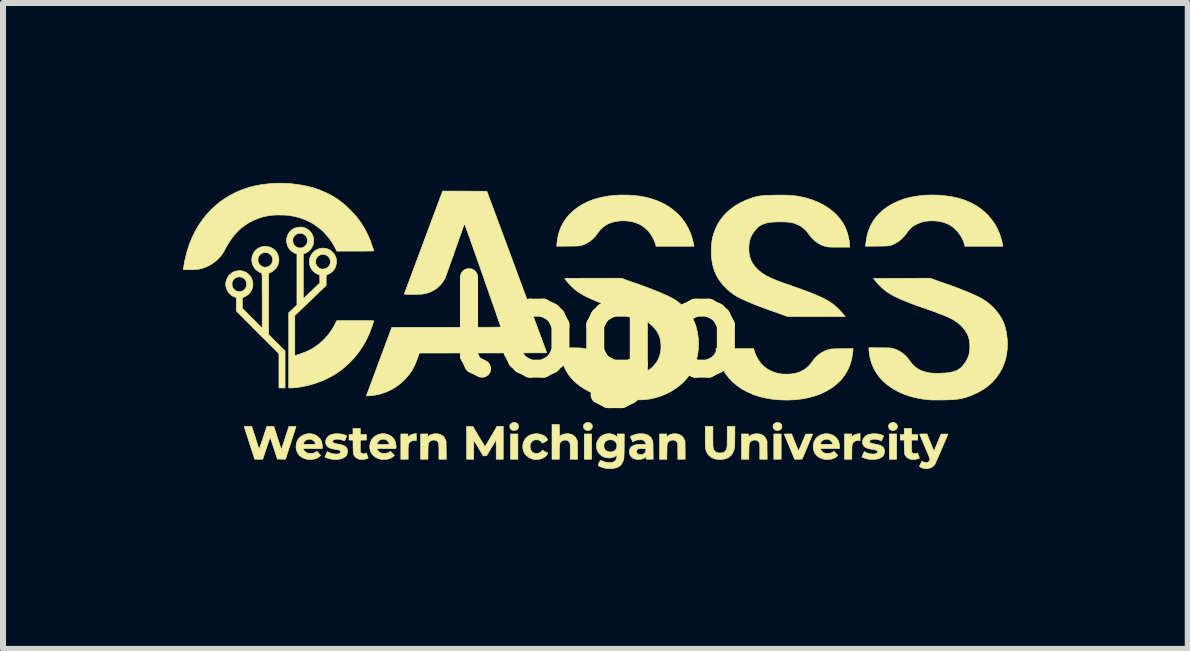
<source format=kicad_pcb>
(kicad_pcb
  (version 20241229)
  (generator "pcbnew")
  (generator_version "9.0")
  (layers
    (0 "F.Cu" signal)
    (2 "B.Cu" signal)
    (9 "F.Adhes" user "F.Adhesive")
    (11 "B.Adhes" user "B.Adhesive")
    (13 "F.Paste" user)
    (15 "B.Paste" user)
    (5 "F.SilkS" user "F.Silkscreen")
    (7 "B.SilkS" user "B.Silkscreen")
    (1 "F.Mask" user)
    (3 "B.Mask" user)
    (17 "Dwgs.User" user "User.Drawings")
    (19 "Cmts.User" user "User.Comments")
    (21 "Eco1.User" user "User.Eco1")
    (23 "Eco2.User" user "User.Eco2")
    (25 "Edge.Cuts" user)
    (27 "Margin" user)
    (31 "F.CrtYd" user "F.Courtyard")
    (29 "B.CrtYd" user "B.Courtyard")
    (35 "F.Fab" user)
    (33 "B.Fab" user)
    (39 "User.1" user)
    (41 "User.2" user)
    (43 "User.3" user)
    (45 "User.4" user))
  (footprint "logo"
    (layer "F.Cu")
    (at 6.873 2.406)
    (property "Reference" "logo" (at 0 0 0) (layer "F.SilkS") (effects (font (size 1.524 1.524) (thickness 0.3))))
    (attr through_hole)
    (fp_poly (pts (xy -1.29 2.2) (xy -1.412 2.2) (xy -1.412 1.778) (xy -1.29 1.778) (xy -1.29 2.2)) (stroke (width 0.01) (type solid)) (fill yes) (layer "F.SilkS"))
    (fp_poly (pts (xy -0.061 2.2) (xy -0.183 2.2) (xy -0.183 1.778) (xy -0.061 1.778) (xy -0.061 2.2)) (stroke (width 0.01) (type solid)) (fill yes) (layer "F.SilkS"))
    (fp_poly (pts (xy 3.099 2.2) (xy 2.977 2.2) (xy 2.977 1.778) (xy 3.099 1.778) (xy 3.099 2.2)) (stroke (width 0.01) (type solid)) (fill yes) (layer "F.SilkS"))
    (fp_poly (pts (xy 5.024 2.2) (xy 4.902 2.2) (xy 4.902 1.778) (xy 5.024 1.778) (xy 5.024 2.2)) (stroke (width 0.01) (type solid)) (fill yes) (layer "F.SilkS"))
    (fp_poly (pts (xy -1.33 1.588) (xy -1.305 1.6) (xy -1.298 1.606) (xy -1.283 1.625) (xy -1.277 1.647) (xy -1.279 1.67) (xy -1.289 1.691) (xy -1.306 1.709) (xy -1.324 1.716) (xy -1.346 1.72) (xy -1.369 1.72) (xy -1.384 1.715) (xy -1.406 1.701) (xy -1.419 1.683) (xy -1.425 1.659) (xy -1.425 1.653) (xy -1.424 1.636) (xy -1.421 1.625) (xy -1.414 1.615) (xy -1.406 1.608) (xy -1.383 1.592) (xy -1.356 1.586) (xy -1.33 1.588)) (stroke (width 0.01) (type solid)) (fill yes) (layer "F.SilkS"))
    (fp_poly (pts (xy -0.101 1.588) (xy -0.076 1.6) (xy -0.069 1.606) (xy -0.054 1.625) (xy -0.048 1.647) (xy -0.05 1.67) (xy -0.06 1.691) (xy -0.077 1.709) (xy -0.095 1.716) (xy -0.117 1.72) (xy -0.139 1.72) (xy -0.155 1.715) (xy -0.177 1.701) (xy -0.19 1.683) (xy -0.195 1.659) (xy -0.196 1.653) (xy -0.195 1.636) (xy -0.192 1.625) (xy -0.184 1.615) (xy -0.177 1.608) (xy -0.153 1.592) (xy -0.127 1.586) (xy -0.101 1.588)) (stroke (width 0.01) (type solid)) (fill yes) (layer "F.SilkS"))
    (fp_poly (pts (xy 3.059 1.588) (xy 3.084 1.6) (xy 3.091 1.606) (xy 3.106 1.625) (xy 3.112 1.647) (xy 3.11 1.67) (xy 3.1 1.691) (xy 3.083 1.709) (xy 3.065 1.716) (xy 3.043 1.72) (xy 3.02 1.72) (xy 3.005 1.715) (xy 2.983 1.701) (xy 2.97 1.683) (xy 2.964 1.659) (xy 2.964 1.653) (xy 2.965 1.636) (xy 2.968 1.625) (xy 2.975 1.615) (xy 2.983 1.608) (xy 3.007 1.592) (xy 3.033 1.586) (xy 3.059 1.588)) (stroke (width 0.01) (type solid)) (fill yes) (layer "F.SilkS"))
    (fp_poly (pts (xy 4.984 1.588) (xy 5.009 1.6) (xy 5.016 1.606) (xy 5.031 1.625) (xy 5.037 1.647) (xy 5.035 1.67) (xy 5.025 1.691) (xy 5.008 1.709) (xy 4.991 1.716) (xy 4.968 1.72) (xy 4.946 1.72) (xy 4.93 1.715) (xy 4.908 1.701) (xy 4.895 1.683) (xy 4.89 1.659) (xy 4.889 1.653) (xy 4.89 1.636) (xy 4.893 1.625) (xy 4.901 1.615) (xy 4.908 1.608) (xy 4.932 1.592) (xy 4.958 1.586) (xy 4.984 1.588)) (stroke (width 0.01) (type solid)) (fill yes) (layer "F.SilkS"))
    (fp_poly (pts (xy -2.982 1.889) (xy -3.004 1.886) (xy -3.034 1.887) (xy -3.062 1.896) (xy -3.086 1.912) (xy -3.104 1.933) (xy -3.113 1.953) (xy -3.115 1.965) (xy -3.117 1.986) (xy -3.118 2.014) (xy -3.119 2.048) (xy -3.119 2.086) (xy -3.119 2.087) (xy -3.119 2.2) (xy -3.241 2.2) (xy -3.241 1.778) (xy -3.124 1.778) (xy -3.124 1.83) (xy -3.103 1.812) (xy -3.072 1.792) (xy -3.034 1.779) (xy -3.009 1.775) (xy -2.982 1.772) (xy -2.982 1.889)) (stroke (width 0.01) (type solid)) (fill yes) (layer "F.SilkS"))
    (fp_poly (pts (xy 4.415 1.889) (xy 4.393 1.886) (xy 4.363 1.887) (xy 4.334 1.896) (xy 4.31 1.912) (xy 4.292 1.933) (xy 4.283 1.953) (xy 4.281 1.965) (xy 4.28 1.986) (xy 4.278 2.014) (xy 4.278 2.048) (xy 4.277 2.086) (xy 4.277 2.087) (xy 4.277 2.2) (xy 4.155 2.2) (xy 4.155 1.778) (xy 4.272 1.778) (xy 4.272 1.83) (xy 4.293 1.812) (xy 4.324 1.792) (xy 4.362 1.779) (xy 4.388 1.775) (xy 4.415 1.772) (xy 4.415 1.889)) (stroke (width 0.01) (type solid)) (fill yes) (layer "F.SilkS"))
    (fp_poly (pts (xy -3.917 1.788) (xy -3.815 1.788) (xy -3.815 1.88) (xy -3.917 1.88) (xy -3.917 2.079) (xy -3.902 2.093) (xy -3.884 2.105) (xy -3.861 2.109) (xy -3.838 2.104) (xy -3.831 2.101) (xy -3.816 2.093) (xy -3.802 2.132) (xy -3.795 2.151) (xy -3.789 2.166) (xy -3.786 2.174) (xy -3.785 2.175) (xy -3.789 2.18) (xy -3.799 2.186) (xy -3.808 2.19) (xy -3.829 2.197) (xy -3.857 2.201) (xy -3.886 2.203) (xy -3.914 2.202) (xy -3.933 2.2) (xy -3.969 2.186) (xy -3.998 2.165) (xy -4.02 2.137) (xy -4.027 2.124) (xy -4.03 2.116) (xy -4.032 2.105) (xy -4.034 2.089) (xy -4.035 2.068) (xy -4.036 2.04) (xy -4.037 2.004) (xy -4.037 1.993) (xy -4.039 1.88) (xy -4.105 1.88) (xy -4.105 1.788) (xy -4.039 1.788) (xy -4.039 1.687) (xy -3.917 1.687) (xy -3.917 1.788)) (stroke (width 0.01) (type solid)) (fill yes) (layer "F.SilkS"))
    (fp_poly (pts (xy 5.273 1.788) (xy 5.375 1.788) (xy 5.375 1.88) (xy 5.273 1.88) (xy 5.273 2.079) (xy 5.288 2.093) (xy 5.306 2.105) (xy 5.328 2.109) (xy 5.352 2.104) (xy 5.359 2.101) (xy 5.373 2.093) (xy 5.388 2.132) (xy 5.395 2.151) (xy 5.401 2.166) (xy 5.404 2.174) (xy 5.404 2.175) (xy 5.401 2.18) (xy 5.391 2.186) (xy 5.382 2.19) (xy 5.361 2.197) (xy 5.333 2.201) (xy 5.304 2.203) (xy 5.276 2.202) (xy 5.256 2.2) (xy 5.22 2.186) (xy 5.191 2.165) (xy 5.169 2.137) (xy 5.163 2.124) (xy 5.16 2.116) (xy 5.157 2.105) (xy 5.156 2.089) (xy 5.154 2.068) (xy 5.153 2.04) (xy 5.152 2.004) (xy 5.152 1.993) (xy 5.15 1.88) (xy 5.085 1.88) (xy 5.085 1.788) (xy 5.151 1.788) (xy 5.151 1.687) (xy 5.273 1.687) (xy 5.273 1.788)) (stroke (width 0.01) (type solid)) (fill yes) (layer "F.SilkS"))
    (fp_poly (pts (xy -2.619 1.777) (xy -2.581 1.788) (xy -2.556 1.801) (xy -2.536 1.815) (xy -2.52 1.832) (xy -2.507 1.855) (xy -2.501 1.867) (xy -2.487 1.897) (xy -2.485 2.049) (xy -2.483 2.2) (xy -2.606 2.2) (xy -2.606 2.071) (xy -2.606 2.031) (xy -2.607 2) (xy -2.607 1.976) (xy -2.608 1.958) (xy -2.609 1.945) (xy -2.611 1.935) (xy -2.614 1.927) (xy -2.616 1.922) (xy -2.63 1.902) (xy -2.65 1.888) (xy -2.674 1.881) (xy -2.699 1.88) (xy -2.725 1.885) (xy -2.748 1.897) (xy -2.767 1.914) (xy -2.777 1.929) (xy -2.78 1.936) (xy -2.782 1.944) (xy -2.784 1.955) (xy -2.785 1.97) (xy -2.786 1.991) (xy -2.787 2.018) (xy -2.788 2.053) (xy -2.788 2.074) (xy -2.789 2.2) (xy -2.911 2.2) (xy -2.911 1.778) (xy -2.794 1.778) (xy -2.794 1.825) (xy -2.772 1.809) (xy -2.739 1.79) (xy -2.7 1.778) (xy -2.66 1.774) (xy -2.619 1.777)) (stroke (width 0.01) (type solid)) (fill yes) (layer "F.SilkS"))
    (fp_poly (pts (xy -2.092 1.652) (xy -2.04 1.654) (xy -1.941 1.82) (xy -1.918 1.857) (xy -1.898 1.891) (xy -1.879 1.922) (xy -1.864 1.948) (xy -1.851 1.968) (xy -1.843 1.982) (xy -1.839 1.988) (xy -1.839 1.988) (xy -1.836 1.984) (xy -1.828 1.973) (xy -1.817 1.954) (xy -1.802 1.93) (xy -1.784 1.9) (xy -1.764 1.867) (xy -1.742 1.83) (xy -1.737 1.821) (xy -1.638 1.651) (xy -1.534 1.651) (xy -1.534 2.2) (xy -1.651 2.2) (xy -1.651 2.039) (xy -1.651 1.99) (xy -1.652 1.951) (xy -1.652 1.919) (xy -1.653 1.898) (xy -1.655 1.885) (xy -1.656 1.882) (xy -1.66 1.888) (xy -1.668 1.901) (xy -1.68 1.921) (xy -1.695 1.945) (xy -1.712 1.975) (xy -1.731 2.007) (xy -1.736 2.014) (xy -1.811 2.141) (xy -1.839 2.143) (xy -1.867 2.144) (xy -2.024 1.883) (xy -2.026 2.041) (xy -2.027 2.2) (xy -2.144 2.2) (xy -2.144 1.651) (xy -2.092 1.652)) (stroke (width 0.01) (type solid)) (fill yes) (layer "F.SilkS"))
    (fp_poly (pts (xy 1.363 1.777) (xy 1.401 1.788) (xy 1.427 1.801) (xy 1.447 1.815) (xy 1.462 1.832) (xy 1.476 1.855) (xy 1.482 1.867) (xy 1.496 1.897) (xy 1.498 2.049) (xy 1.499 2.2) (xy 1.377 2.2) (xy 1.377 2.071) (xy 1.376 2.031) (xy 1.376 2) (xy 1.376 1.976) (xy 1.375 1.958) (xy 1.373 1.945) (xy 1.371 1.935) (xy 1.369 1.927) (xy 1.367 1.922) (xy 1.353 1.902) (xy 1.333 1.888) (xy 1.309 1.881) (xy 1.283 1.88) (xy 1.258 1.885) (xy 1.235 1.897) (xy 1.215 1.914) (xy 1.206 1.929) (xy 1.203 1.936) (xy 1.201 1.944) (xy 1.199 1.955) (xy 1.197 1.97) (xy 1.196 1.991) (xy 1.196 2.018) (xy 1.195 2.053) (xy 1.195 2.074) (xy 1.193 2.2) (xy 1.072 2.2) (xy 1.072 1.778) (xy 1.189 1.778) (xy 1.189 1.825) (xy 1.21 1.809) (xy 1.244 1.79) (xy 1.282 1.778) (xy 1.323 1.774) (xy 1.363 1.777)) (stroke (width 0.01) (type solid)) (fill yes) (layer "F.SilkS"))
    (fp_poly (pts (xy 2.73 1.777) (xy 2.768 1.788) (xy 2.794 1.801) (xy 2.813 1.815) (xy 2.829 1.832) (xy 2.842 1.855) (xy 2.848 1.867) (xy 2.863 1.897) (xy 2.864 2.049) (xy 2.866 2.2) (xy 2.743 2.2) (xy 2.743 2.071) (xy 2.743 2.031) (xy 2.743 2) (xy 2.742 1.976) (xy 2.741 1.958) (xy 2.74 1.945) (xy 2.738 1.935) (xy 2.735 1.927) (xy 2.733 1.922) (xy 2.719 1.902) (xy 2.699 1.888) (xy 2.676 1.881) (xy 2.65 1.88) (xy 2.625 1.885) (xy 2.601 1.897) (xy 2.582 1.914) (xy 2.573 1.929) (xy 2.569 1.936) (xy 2.567 1.944) (xy 2.565 1.955) (xy 2.564 1.97) (xy 2.563 1.991) (xy 2.562 2.018) (xy 2.562 2.053) (xy 2.561 2.074) (xy 2.56 2.2) (xy 2.438 2.2) (xy 2.438 1.778) (xy 2.555 1.778) (xy 2.555 1.825) (xy 2.577 1.809) (xy 2.611 1.79) (xy 2.649 1.778) (xy 2.689 1.774) (xy 2.73 1.777)) (stroke (width 0.01) (type solid)) (fill yes) (layer "F.SilkS"))
    (fp_poly (pts (xy -0.598 1.72) (xy -0.597 1.82) (xy -0.583 1.808) (xy -0.556 1.793) (xy -0.522 1.781) (xy -0.486 1.775) (xy -0.449 1.774) (xy -0.416 1.78) (xy -0.414 1.78) (xy -0.379 1.793) (xy -0.352 1.811) (xy -0.33 1.834) (xy -0.312 1.865) (xy -0.311 1.867) (xy -0.297 1.897) (xy -0.296 2.049) (xy -0.294 2.2) (xy -0.417 2.2) (xy -0.417 2.071) (xy -0.417 2.031) (xy -0.417 2) (xy -0.418 1.976) (xy -0.419 1.958) (xy -0.42 1.945) (xy -0.422 1.935) (xy -0.424 1.927) (xy -0.426 1.922) (xy -0.441 1.902) (xy -0.46 1.888) (xy -0.484 1.881) (xy -0.51 1.88) (xy -0.535 1.885) (xy -0.559 1.897) (xy -0.578 1.914) (xy -0.587 1.929) (xy -0.59 1.936) (xy -0.593 1.944) (xy -0.594 1.955) (xy -0.596 1.97) (xy -0.597 1.991) (xy -0.598 2.018) (xy -0.598 2.053) (xy -0.598 2.074) (xy -0.6 2.2) (xy -0.721 2.2) (xy -0.721 1.621) (xy -0.6 1.621) (xy -0.598 1.72)) (stroke (width 0.01) (type solid)) (fill yes) (layer "F.SilkS"))
    (fp_poly (pts (xy 3.274 1.778) (xy 3.33 1.918) (xy 3.344 1.953) (xy 3.357 1.986) (xy 3.368 2.014) (xy 3.378 2.036) (xy 3.384 2.052) (xy 3.388 2.059) (xy 3.388 2.06) (xy 3.391 2.056) (xy 3.397 2.043) (xy 3.405 2.024) (xy 3.417 1.998) (xy 3.43 1.968) (xy 3.444 1.934) (xy 3.449 1.921) (xy 3.508 1.781) (xy 3.565 1.779) (xy 3.588 1.779) (xy 3.606 1.779) (xy 3.618 1.78) (xy 3.622 1.782) (xy 3.62 1.787) (xy 3.615 1.801) (xy 3.606 1.822) (xy 3.595 1.85) (xy 3.581 1.883) (xy 3.566 1.92) (xy 3.548 1.962) (xy 3.536 1.991) (xy 3.45 2.197) (xy 3.387 2.199) (xy 3.324 2.2) (xy 3.238 1.993) (xy 3.22 1.95) (xy 3.203 1.91) (xy 3.188 1.873) (xy 3.175 1.842) (xy 3.164 1.816) (xy 3.156 1.797) (xy 3.152 1.785) (xy 3.15 1.782) (xy 3.155 1.781) (xy 3.167 1.779) (xy 3.186 1.778) (xy 3.209 1.778) (xy 3.211 1.778) (xy 3.274 1.778)) (stroke (width 0.01) (type solid)) (fill yes) (layer "F.SilkS"))
    (fp_poly (pts (xy 1.961 1.828) (xy 1.961 1.878) (xy 1.962 1.919) (xy 1.962 1.952) (xy 1.963 1.978) (xy 1.965 1.999) (xy 1.967 2.015) (xy 1.97 2.028) (xy 1.974 2.038) (xy 1.979 2.047) (xy 1.986 2.056) (xy 1.988 2.059) (xy 2.005 2.077) (xy 2.026 2.088) (xy 2.053 2.094) (xy 2.08 2.095) (xy 2.116 2.092) (xy 2.143 2.084) (xy 2.165 2.069) (xy 2.174 2.057) (xy 2.181 2.047) (xy 2.186 2.038) (xy 2.19 2.026) (xy 2.193 2.012) (xy 2.196 1.995) (xy 2.198 1.973) (xy 2.199 1.945) (xy 2.199 1.91) (xy 2.2 1.866) (xy 2.2 1.823) (xy 2.2 1.651) (xy 2.327 1.651) (xy 2.327 1.812) (xy 2.326 1.854) (xy 2.326 1.893) (xy 2.325 1.929) (xy 2.324 1.96) (xy 2.323 1.985) (xy 2.322 2.002) (xy 2.321 2.006) (xy 2.309 2.056) (xy 2.291 2.098) (xy 2.266 2.133) (xy 2.234 2.161) (xy 2.194 2.183) (xy 2.176 2.19) (xy 2.15 2.197) (xy 2.117 2.201) (xy 2.081 2.203) (xy 2.046 2.202) (xy 2.016 2.199) (xy 2.009 2.198) (xy 1.969 2.185) (xy 1.935 2.168) (xy 1.904 2.143) (xy 1.897 2.136) (xy 1.873 2.109) (xy 1.856 2.079) (xy 1.844 2.043) (xy 1.839 2.02) (xy 1.837 2.009) (xy 1.836 1.989) (xy 1.836 1.962) (xy 1.835 1.929) (xy 1.834 1.891) (xy 1.834 1.851) (xy 1.834 1.823) (xy 1.834 1.651) (xy 1.961 1.651) (xy 1.961 1.828)) (stroke (width 0.01) (type solid)) (fill yes) (layer "F.SilkS"))
    (fp_poly (pts (xy -0.943 1.776) (xy -0.9 1.786) (xy -0.86 1.803) (xy -0.844 1.814) (xy -0.83 1.826) (xy -0.815 1.841) (xy -0.803 1.856) (xy -0.795 1.87) (xy -0.792 1.877) (xy -0.797 1.882) (xy -0.808 1.891) (xy -0.825 1.901) (xy -0.837 1.908) (xy -0.881 1.932) (xy -0.896 1.913) (xy -0.91 1.899) (xy -0.926 1.887) (xy -0.93 1.884) (xy -0.952 1.877) (xy -0.979 1.875) (xy -1.005 1.877) (xy -1.023 1.881) (xy -1.048 1.897) (xy -1.067 1.919) (xy -1.08 1.946) (xy -1.086 1.975) (xy -1.086 2.006) (xy -1.079 2.035) (xy -1.064 2.062) (xy -1.043 2.084) (xy -1.038 2.088) (xy -1.023 2.096) (xy -1.004 2.1) (xy -0.985 2.102) (xy -0.955 2.101) (xy -0.93 2.094) (xy -0.909 2.079) (xy -0.898 2.067) (xy -0.882 2.048) (xy -0.838 2.072) (xy -0.82 2.082) (xy -0.805 2.09) (xy -0.795 2.095) (xy -0.793 2.096) (xy -0.793 2.102) (xy -0.798 2.113) (xy -0.807 2.127) (xy -0.819 2.141) (xy -0.825 2.148) (xy -0.857 2.172) (xy -0.896 2.19) (xy -0.938 2.201) (xy -0.984 2.205) (xy -1.029 2.2) (xy -1.04 2.198) (xy -1.08 2.184) (xy -1.118 2.163) (xy -1.15 2.137) (xy -1.175 2.107) (xy -1.184 2.092) (xy -1.201 2.049) (xy -1.208 2.005) (xy -1.207 1.96) (xy -1.197 1.918) (xy -1.179 1.878) (xy -1.152 1.843) (xy -1.149 1.839) (xy -1.115 1.812) (xy -1.076 1.792) (xy -1.033 1.78) (xy -0.988 1.774) (xy -0.943 1.776)) (stroke (width 0.01) (type solid)) (fill yes) (layer "F.SilkS"))
    (fp_poly (pts (xy 5.734 -2.202) (xy 5.84 -2.192) (xy 5.944 -2.177) (xy 6.042 -2.155) (xy 6.135 -2.128) (xy 6.183 -2.11) (xy 6.271 -2.071) (xy 6.352 -2.026) (xy 6.428 -1.975) (xy 6.498 -1.915) (xy 6.546 -1.869) (xy 6.608 -1.796) (xy 6.663 -1.718) (xy 6.708 -1.634) (xy 6.746 -1.545) (xy 6.775 -1.45) (xy 6.789 -1.386) (xy 6.796 -1.351) (xy 6.164 -1.351) (xy 6.155 -1.383) (xy 6.133 -1.445) (xy 6.103 -1.506) (xy 6.064 -1.565) (xy 6.02 -1.617) (xy 5.971 -1.663) (xy 5.919 -1.7) (xy 5.861 -1.729) (xy 5.799 -1.751) (xy 5.73 -1.766) (xy 5.673 -1.773) (xy 5.593 -1.775) (xy 5.517 -1.769) (xy 5.446 -1.754) (xy 5.38 -1.73) (xy 5.319 -1.698) (xy 5.309 -1.691) (xy 5.274 -1.666) (xy 5.245 -1.639) (xy 5.218 -1.608) (xy 5.19 -1.57) (xy 5.149 -1.516) (xy 5.103 -1.469) (xy 5.052 -1.429) (xy 4.998 -1.397) (xy 4.993 -1.395) (xy 4.972 -1.385) (xy 4.954 -1.377) (xy 4.937 -1.37) (xy 4.921 -1.365) (xy 4.903 -1.361) (xy 4.882 -1.358) (xy 4.858 -1.356) (xy 4.828 -1.355) (xy 4.793 -1.354) (xy 4.75 -1.353) (xy 4.697 -1.353) (xy 4.695 -1.353) (xy 4.506 -1.351) (xy 4.509 -1.385) (xy 4.519 -1.463) (xy 4.534 -1.539) (xy 4.555 -1.611) (xy 4.581 -1.677) (xy 4.593 -1.702) (xy 4.635 -1.776) (xy 4.686 -1.845) (xy 4.746 -1.908) (xy 4.813 -1.967) (xy 4.887 -2.019) (xy 4.969 -2.066) (xy 5.057 -2.106) (xy 5.15 -2.14) (xy 5.21 -2.157) (xy 5.308 -2.178) (xy 5.412 -2.194) (xy 5.518 -2.203) (xy 5.626 -2.205) (xy 5.734 -2.202)) (stroke (width 0.01) (type solid)) (fill yes) (layer "F.SilkS"))
    (fp_poly (pts (xy 0.545 -2.204) (xy 0.659 -2.196) (xy 0.739 -2.187) (xy 0.849 -2.166) (xy 0.953 -2.138) (xy 1.051 -2.102) (xy 1.142 -2.059) (xy 1.228 -2.01) (xy 1.306 -1.953) (xy 1.377 -1.89) (xy 1.441 -1.82) (xy 1.497 -1.744) (xy 1.545 -1.662) (xy 1.585 -1.575) (xy 1.596 -1.546) (xy 1.607 -1.511) (xy 1.619 -1.472) (xy 1.629 -1.432) (xy 1.638 -1.396) (xy 1.643 -1.37) (xy 1.646 -1.351) (xy 1.013 -1.351) (xy 1.004 -1.387) (xy 0.998 -1.406) (xy 0.989 -1.43) (xy 0.977 -1.457) (xy 0.965 -1.482) (xy 0.927 -1.548) (xy 0.884 -1.605) (xy 0.834 -1.653) (xy 0.779 -1.694) (xy 0.718 -1.726) (xy 0.683 -1.74) (xy 0.618 -1.759) (xy 0.549 -1.771) (xy 0.478 -1.775) (xy 0.407 -1.773) (xy 0.338 -1.764) (xy 0.274 -1.747) (xy 0.234 -1.733) (xy 0.179 -1.705) (xy 0.129 -1.669) (xy 0.086 -1.628) (xy 0.05 -1.584) (xy 0.006 -1.524) (xy -0.042 -1.473) (xy -0.093 -1.431) (xy -0.149 -1.398) (xy -0.209 -1.372) (xy -0.229 -1.366) (xy -0.239 -1.363) (xy -0.249 -1.36) (xy -0.26 -1.359) (xy -0.273 -1.357) (xy -0.29 -1.356) (xy -0.311 -1.355) (xy -0.337 -1.354) (xy -0.371 -1.354) (xy -0.412 -1.353) (xy -0.454 -1.353) (xy -0.642 -1.351) (xy -0.639 -1.398) (xy -0.632 -1.458) (xy -0.62 -1.522) (xy -0.603 -1.585) (xy -0.599 -1.598) (xy -0.569 -1.677) (xy -0.529 -1.751) (xy -0.481 -1.822) (xy -0.424 -1.887) (xy -0.36 -1.947) (xy -0.289 -2.002) (xy -0.211 -2.051) (xy -0.126 -2.093) (xy -0.035 -2.129) (xy 0.061 -2.157) (xy 0.098 -2.166) (xy 0.204 -2.186) (xy 0.315 -2.199) (xy 0.43 -2.205) (xy 0.545 -2.204)) (stroke (width 0.01) (type solid)) (fill yes) (layer "F.SilkS"))
    (fp_poly (pts (xy -4.719 1.778) (xy -4.679 1.79) (xy -4.642 1.809) (xy -4.61 1.834) (xy -4.583 1.866) (xy -4.569 1.891) (xy -4.561 1.915) (xy -4.554 1.943) (xy -4.55 1.971) (xy -4.549 1.996) (xy -4.55 2.004) (xy -4.553 2.022) (xy -4.867 2.022) (xy -4.864 2.033) (xy -4.855 2.051) (xy -4.84 2.07) (xy -4.821 2.085) (xy -4.813 2.09) (xy -4.801 2.095) (xy -4.787 2.099) (xy -4.769 2.1) (xy -4.744 2.101) (xy -4.721 2.1) (xy -4.705 2.099) (xy -4.693 2.097) (xy -4.682 2.092) (xy -4.669 2.084) (xy -4.668 2.084) (xy -4.641 2.067) (xy -4.609 2.101) (xy -4.577 2.136) (xy -4.596 2.153) (xy -4.623 2.173) (xy -4.652 2.187) (xy -4.685 2.197) (xy -4.716 2.202) (xy -4.751 2.204) (xy -4.786 2.203) (xy -4.808 2.2) (xy -4.844 2.189) (xy -4.88 2.174) (xy -4.903 2.16) (xy -4.935 2.132) (xy -4.959 2.099) (xy -4.976 2.062) (xy -4.986 2.021) (xy -4.988 1.98) (xy -4.983 1.942) (xy -4.866 1.942) (xy -4.862 1.946) (xy -4.852 1.949) (xy -4.835 1.95) (xy -4.811 1.951) (xy -4.777 1.951) (xy -4.765 1.951) (xy -4.726 1.95) (xy -4.696 1.95) (xy -4.676 1.948) (xy -4.665 1.947) (xy -4.663 1.945) (xy -4.668 1.928) (xy -4.679 1.909) (xy -4.696 1.891) (xy -4.716 1.877) (xy -4.732 1.869) (xy -4.761 1.865) (xy -4.79 1.868) (xy -4.817 1.878) (xy -4.84 1.894) (xy -4.856 1.915) (xy -4.862 1.927) (xy -4.866 1.936) (xy -4.866 1.942) (xy -4.983 1.942) (xy -4.983 1.938) (xy -4.97 1.899) (xy -4.949 1.862) (xy -4.921 1.831) (xy -4.885 1.805) (xy -4.846 1.787) (xy -4.804 1.776) (xy -4.761 1.773) (xy -4.719 1.778)) (stroke (width 0.01) (type solid)) (fill yes) (layer "F.SilkS"))
    (fp_poly (pts (xy -3.49 1.778) (xy -3.45 1.79) (xy -3.413 1.809) (xy -3.38 1.834) (xy -3.354 1.866) (xy -3.34 1.891) (xy -3.331 1.915) (xy -3.325 1.943) (xy -3.321 1.971) (xy -3.32 1.996) (xy -3.321 2.004) (xy -3.324 2.022) (xy -3.638 2.022) (xy -3.635 2.033) (xy -3.626 2.051) (xy -3.61 2.07) (xy -3.592 2.085) (xy -3.584 2.09) (xy -3.571 2.095) (xy -3.558 2.099) (xy -3.539 2.1) (xy -3.515 2.101) (xy -3.492 2.1) (xy -3.476 2.099) (xy -3.464 2.097) (xy -3.453 2.092) (xy -3.439 2.084) (xy -3.439 2.084) (xy -3.412 2.067) (xy -3.38 2.101) (xy -3.348 2.136) (xy -3.367 2.153) (xy -3.393 2.173) (xy -3.423 2.187) (xy -3.456 2.197) (xy -3.486 2.202) (xy -3.522 2.204) (xy -3.556 2.203) (xy -3.579 2.2) (xy -3.615 2.189) (xy -3.65 2.174) (xy -3.674 2.16) (xy -3.706 2.132) (xy -3.73 2.099) (xy -3.747 2.062) (xy -3.757 2.021) (xy -3.759 1.98) (xy -3.754 1.942) (xy -3.637 1.942) (xy -3.632 1.946) (xy -3.622 1.949) (xy -3.606 1.95) (xy -3.581 1.951) (xy -3.548 1.951) (xy -3.536 1.951) (xy -3.497 1.95) (xy -3.467 1.95) (xy -3.446 1.948) (xy -3.436 1.947) (xy -3.434 1.945) (xy -3.438 1.928) (xy -3.45 1.909) (xy -3.467 1.891) (xy -3.487 1.877) (xy -3.503 1.869) (xy -3.532 1.865) (xy -3.561 1.868) (xy -3.588 1.878) (xy -3.611 1.894) (xy -3.627 1.915) (xy -3.633 1.927) (xy -3.637 1.936) (xy -3.637 1.942) (xy -3.754 1.942) (xy -3.753 1.938) (xy -3.74 1.899) (xy -3.72 1.862) (xy -3.692 1.831) (xy -3.656 1.805) (xy -3.616 1.787) (xy -3.574 1.776) (xy -3.532 1.773) (xy -3.49 1.778)) (stroke (width 0.01) (type solid)) (fill yes) (layer "F.SilkS"))
    (fp_poly (pts (xy 3.901 1.778) (xy 3.942 1.79) (xy 3.979 1.809) (xy 4.011 1.834) (xy 4.038 1.866) (xy 4.052 1.891) (xy 4.06 1.915) (xy 4.067 1.943) (xy 4.071 1.971) (xy 4.071 1.996) (xy 4.071 2.004) (xy 4.068 2.022) (xy 3.753 2.022) (xy 3.757 2.033) (xy 3.766 2.051) (xy 3.781 2.07) (xy 3.799 2.085) (xy 3.808 2.09) (xy 3.82 2.095) (xy 3.834 2.099) (xy 3.852 2.1) (xy 3.876 2.101) (xy 3.9 2.1) (xy 3.916 2.099) (xy 3.928 2.097) (xy 3.939 2.092) (xy 3.952 2.084) (xy 3.953 2.084) (xy 3.98 2.067) (xy 4.012 2.101) (xy 4.043 2.136) (xy 4.025 2.153) (xy 3.998 2.173) (xy 3.968 2.187) (xy 3.936 2.197) (xy 3.905 2.202) (xy 3.87 2.204) (xy 3.835 2.203) (xy 3.813 2.2) (xy 3.777 2.189) (xy 3.741 2.174) (xy 3.717 2.16) (xy 3.686 2.132) (xy 3.661 2.099) (xy 3.644 2.062) (xy 3.635 2.021) (xy 3.633 1.98) (xy 3.638 1.942) (xy 3.755 1.942) (xy 3.759 1.946) (xy 3.769 1.949) (xy 3.786 1.95) (xy 3.81 1.951) (xy 3.843 1.951) (xy 3.856 1.951) (xy 3.895 1.95) (xy 3.925 1.95) (xy 3.945 1.948) (xy 3.956 1.947) (xy 3.957 1.945) (xy 3.953 1.928) (xy 3.941 1.909) (xy 3.925 1.891) (xy 3.905 1.877) (xy 3.888 1.869) (xy 3.86 1.865) (xy 3.831 1.868) (xy 3.803 1.878) (xy 3.78 1.894) (xy 3.764 1.915) (xy 3.758 1.927) (xy 3.755 1.936) (xy 3.755 1.942) (xy 3.638 1.942) (xy 3.638 1.938) (xy 3.651 1.899) (xy 3.672 1.862) (xy 3.7 1.831) (xy 3.736 1.805) (xy 3.775 1.787) (xy 3.817 1.776) (xy 3.859 1.773) (xy 3.901 1.778)) (stroke (width 0.01) (type solid)) (fill yes) (layer "F.SilkS"))
    (fp_poly (pts (xy 4.295 0.392) (xy 4.283 0.486) (xy 4.263 0.573) (xy 4.236 0.654) (xy 4.2 0.73) (xy 4.157 0.8) (xy 4.105 0.866) (xy 4.068 0.906) (xy 3.999 0.967) (xy 3.922 1.023) (xy 3.839 1.071) (xy 3.749 1.113) (xy 3.652 1.147) (xy 3.55 1.174) (xy 3.442 1.195) (xy 3.33 1.207) (xy 3.212 1.213) (xy 3.09 1.21) (xy 3.06 1.209) (xy 2.943 1.197) (xy 2.832 1.178) (xy 2.726 1.152) (xy 2.627 1.118) (xy 2.534 1.077) (xy 2.447 1.03) (xy 2.368 0.976) (xy 2.295 0.915) (xy 2.23 0.847) (xy 2.172 0.773) (xy 2.122 0.694) (xy 2.08 0.608) (xy 2.052 0.534) (xy 2.041 0.5) (xy 2.031 0.465) (xy 2.023 0.433) (xy 2.017 0.404) (xy 2.013 0.381) (xy 2.012 0.37) (xy 2.012 0.356) (xy 2.64 0.356) (xy 2.652 0.397) (xy 2.659 0.419) (xy 2.67 0.447) (xy 2.682 0.475) (xy 2.691 0.493) (xy 2.728 0.557) (xy 2.772 0.613) (xy 2.822 0.661) (xy 2.878 0.702) (xy 2.941 0.734) (xy 3.01 0.759) (xy 3.085 0.775) (xy 3.101 0.778) (xy 3.135 0.78) (xy 3.175 0.781) (xy 3.218 0.781) (xy 3.26 0.778) (xy 3.298 0.774) (xy 3.325 0.77) (xy 3.392 0.751) (xy 3.454 0.723) (xy 3.509 0.688) (xy 3.559 0.644) (xy 3.603 0.591) (xy 3.613 0.577) (xy 3.659 0.518) (xy 3.709 0.468) (xy 3.765 0.427) (xy 3.825 0.395) (xy 3.89 0.371) (xy 3.894 0.37) (xy 3.905 0.367) (xy 3.917 0.365) (xy 3.929 0.363) (xy 3.944 0.361) (xy 3.963 0.36) (xy 3.986 0.359) (xy 4.016 0.358) (xy 4.052 0.358) (xy 4.097 0.357) (xy 4.116 0.357) (xy 4.298 0.355) (xy 4.295 0.392)) (stroke (width 0.01) (type solid)) (fill yes) (layer "F.SilkS"))
    (fp_poly (pts (xy -4.235 1.779) (xy -4.191 1.789) (xy -4.166 1.799) (xy -4.142 1.811) (xy -4.161 1.853) (xy -4.181 1.894) (xy -4.203 1.885) (xy -4.234 1.874) (xy -4.265 1.867) (xy -4.295 1.865) (xy -4.323 1.866) (xy -4.346 1.871) (xy -4.364 1.879) (xy -4.375 1.891) (xy -4.378 1.906) (xy -4.377 1.911) (xy -4.374 1.918) (xy -4.369 1.924) (xy -4.36 1.929) (xy -4.345 1.934) (xy -4.323 1.939) (xy -4.294 1.946) (xy -4.281 1.948) (xy -4.246 1.955) (xy -4.22 1.962) (xy -4.199 1.968) (xy -4.183 1.976) (xy -4.169 1.984) (xy -4.165 1.987) (xy -4.147 2.005) (xy -4.135 2.03) (xy -4.13 2.058) (xy -4.131 2.088) (xy -4.138 2.117) (xy -4.152 2.142) (xy -4.16 2.151) (xy -4.184 2.169) (xy -4.215 2.185) (xy -4.253 2.196) (xy -4.295 2.203) (xy -4.339 2.204) (xy -4.381 2.201) (xy -4.399 2.198) (xy -4.42 2.193) (xy -4.442 2.186) (xy -4.464 2.18) (xy -4.484 2.173) (xy -4.498 2.167) (xy -4.505 2.163) (xy -4.506 2.162) (xy -4.504 2.157) (xy -4.499 2.145) (xy -4.491 2.128) (xy -4.486 2.116) (xy -4.465 2.072) (xy -4.44 2.085) (xy -4.41 2.098) (xy -4.376 2.107) (xy -4.342 2.112) (xy -4.31 2.113) (xy -4.282 2.11) (xy -4.27 2.106) (xy -4.254 2.096) (xy -4.245 2.082) (xy -4.245 2.068) (xy -4.246 2.064) (xy -4.252 2.057) (xy -4.261 2.051) (xy -4.275 2.046) (xy -4.297 2.041) (xy -4.327 2.036) (xy -4.333 2.035) (xy -4.371 2.028) (xy -4.4 2.021) (xy -4.423 2.013) (xy -4.442 2.004) (xy -4.454 1.997) (xy -4.476 1.975) (xy -4.489 1.95) (xy -4.495 1.922) (xy -4.494 1.892) (xy -4.485 1.864) (xy -4.469 1.837) (xy -4.447 1.814) (xy -4.419 1.796) (xy -4.414 1.794) (xy -4.374 1.781) (xy -4.329 1.775) (xy -4.282 1.774) (xy -4.235 1.779)) (stroke (width 0.01) (type solid)) (fill yes) (layer "F.SilkS"))
    (fp_poly (pts (xy 4.716 1.779) (xy 4.76 1.789) (xy 4.785 1.799) (xy 4.809 1.811) (xy 4.79 1.853) (xy 4.77 1.894) (xy 4.748 1.885) (xy 4.717 1.874) (xy 4.686 1.867) (xy 4.656 1.865) (xy 4.628 1.866) (xy 4.605 1.871) (xy 4.587 1.879) (xy 4.576 1.891) (xy 4.573 1.906) (xy 4.574 1.911) (xy 4.577 1.918) (xy 4.582 1.924) (xy 4.591 1.929) (xy 4.606 1.934) (xy 4.628 1.939) (xy 4.657 1.946) (xy 4.67 1.948) (xy 4.705 1.955) (xy 4.731 1.962) (xy 4.751 1.968) (xy 4.768 1.976) (xy 4.782 1.984) (xy 4.786 1.987) (xy 4.804 2.005) (xy 4.816 2.03) (xy 4.821 2.058) (xy 4.82 2.088) (xy 4.813 2.117) (xy 4.799 2.142) (xy 4.791 2.151) (xy 4.767 2.169) (xy 4.736 2.185) (xy 4.698 2.196) (xy 4.656 2.203) (xy 4.612 2.204) (xy 4.569 2.201) (xy 4.552 2.198) (xy 4.531 2.193) (xy 4.508 2.186) (xy 4.486 2.18) (xy 4.467 2.173) (xy 4.453 2.167) (xy 4.446 2.163) (xy 4.445 2.162) (xy 4.447 2.157) (xy 4.452 2.145) (xy 4.46 2.128) (xy 4.465 2.116) (xy 4.486 2.072) (xy 4.511 2.085) (xy 4.541 2.098) (xy 4.575 2.107) (xy 4.609 2.112) (xy 4.641 2.113) (xy 4.669 2.11) (xy 4.681 2.106) (xy 4.697 2.096) (xy 4.706 2.082) (xy 4.706 2.068) (xy 4.705 2.064) (xy 4.699 2.057) (xy 4.69 2.051) (xy 4.676 2.046) (xy 4.654 2.041) (xy 4.624 2.036) (xy 4.618 2.035) (xy 4.58 2.028) (xy 4.551 2.021) (xy 4.528 2.013) (xy 4.509 2.004) (xy 4.497 1.997) (xy 4.475 1.975) (xy 4.461 1.95) (xy 4.456 1.922) (xy 4.457 1.892) (xy 4.466 1.864) (xy 4.482 1.837) (xy 4.504 1.814) (xy 4.532 1.796) (xy 4.537 1.794) (xy 4.577 1.781) (xy 4.622 1.775) (xy 4.669 1.774) (xy 4.716 1.779)) (stroke (width 0.01) (type solid)) (fill yes) (layer "F.SilkS"))
    (fp_poly (pts (xy 5.53 1.778) (xy 5.575 1.891) (xy 5.589 1.925) (xy 5.602 1.957) (xy 5.614 1.986) (xy 5.624 2.011) (xy 5.631 2.028) (xy 5.634 2.034) (xy 5.647 2.064) (xy 5.672 2.004) (xy 5.683 1.977) (xy 5.696 1.944) (xy 5.711 1.909) (xy 5.725 1.875) (xy 5.73 1.862) (xy 5.764 1.781) (xy 5.821 1.779) (xy 5.843 1.779) (xy 5.862 1.779) (xy 5.874 1.78) (xy 5.878 1.781) (xy 5.876 1.788) (xy 5.87 1.803) (xy 5.861 1.825) (xy 5.85 1.853) (xy 5.836 1.886) (xy 5.82 1.923) (xy 5.803 1.963) (xy 5.785 2.004) (xy 5.767 2.047) (xy 5.749 2.089) (xy 5.731 2.129) (xy 5.714 2.167) (xy 5.699 2.202) (xy 5.685 2.232) (xy 5.674 2.257) (xy 5.666 2.274) (xy 5.661 2.284) (xy 5.66 2.285) (xy 5.647 2.302) (xy 5.631 2.318) (xy 5.622 2.326) (xy 5.588 2.344) (xy 5.55 2.354) (xy 5.509 2.356) (xy 5.47 2.351) (xy 5.466 2.35) (xy 5.443 2.342) (xy 5.424 2.333) (xy 5.411 2.325) (xy 5.407 2.319) (xy 5.408 2.312) (xy 5.413 2.298) (xy 5.421 2.28) (xy 5.426 2.272) (xy 5.448 2.231) (xy 5.462 2.242) (xy 5.478 2.25) (xy 5.501 2.254) (xy 5.509 2.255) (xy 5.527 2.255) (xy 5.539 2.254) (xy 5.548 2.25) (xy 5.557 2.242) (xy 5.56 2.239) (xy 5.571 2.226) (xy 5.579 2.214) (xy 5.58 2.209) (xy 5.58 2.203) (xy 5.577 2.192) (xy 5.571 2.174) (xy 5.562 2.15) (xy 5.549 2.119) (xy 5.533 2.08) (xy 5.513 2.033) (xy 5.496 1.994) (xy 5.478 1.951) (xy 5.461 1.911) (xy 5.445 1.875) (xy 5.432 1.843) (xy 5.421 1.817) (xy 5.413 1.798) (xy 5.408 1.787) (xy 5.407 1.784) (xy 5.408 1.782) (xy 5.415 1.78) (xy 5.429 1.779) (xy 5.452 1.778) (xy 5.467 1.778) (xy 5.53 1.778)) (stroke (width 0.01) (type solid)) (fill yes) (layer "F.SilkS"))
    (fp_poly (pts (xy -5.415 1.652) (xy -5.357 1.654) (xy -5.296 1.845) (xy -5.283 1.887) (xy -5.27 1.925) (xy -5.259 1.96) (xy -5.249 1.989) (xy -5.241 2.011) (xy -5.236 2.027) (xy -5.233 2.034) (xy -5.232 2.034) (xy -5.23 2.029) (xy -5.226 2.015) (xy -5.218 1.993) (xy -5.209 1.965) (xy -5.198 1.932) (xy -5.185 1.894) (xy -5.172 1.853) (xy -5.169 1.842) (xy -5.107 1.654) (xy -5.048 1.652) (xy -5.022 1.652) (xy -5.005 1.652) (xy -4.995 1.653) (xy -4.99 1.655) (xy -4.989 1.658) (xy -4.991 1.664) (xy -4.996 1.679) (xy -5.003 1.702) (xy -5.013 1.732) (xy -5.024 1.767) (xy -5.037 1.808) (xy -5.052 1.853) (xy -5.067 1.902) (xy -5.077 1.933) (xy -5.164 2.2) (xy -5.232 2.198) (xy -5.3 2.197) (xy -5.358 2.015) (xy -5.372 1.975) (xy -5.384 1.937) (xy -5.395 1.905) (xy -5.405 1.877) (xy -5.413 1.856) (xy -5.418 1.843) (xy -5.421 1.838) (xy -5.421 1.838) (xy -5.423 1.843) (xy -5.428 1.857) (xy -5.436 1.879) (xy -5.445 1.907) (xy -5.457 1.94) (xy -5.469 1.977) (xy -5.483 2.018) (xy -5.484 2.021) (xy -5.543 2.2) (xy -5.677 2.2) (xy -5.765 1.929) (xy -5.781 1.879) (xy -5.796 1.831) (xy -5.81 1.788) (xy -5.823 1.749) (xy -5.833 1.716) (xy -5.842 1.689) (xy -5.848 1.669) (xy -5.852 1.657) (xy -5.852 1.655) (xy -5.847 1.653) (xy -5.834 1.652) (xy -5.815 1.651) (xy -5.791 1.651) (xy -5.789 1.651) (xy -5.726 1.651) (xy -5.693 1.754) (xy -5.681 1.792) (xy -5.667 1.833) (xy -5.654 1.875) (xy -5.642 1.913) (xy -5.633 1.941) (xy -5.625 1.968) (xy -5.617 1.992) (xy -5.61 2.012) (xy -5.606 2.024) (xy -5.604 2.028) (xy -5.601 2.024) (xy -5.596 2.012) (xy -5.589 1.992) (xy -5.579 1.965) (xy -5.568 1.932) (xy -5.555 1.895) (xy -5.542 1.855) (xy -5.537 1.841) (xy -5.474 1.651) (xy -5.415 1.652)) (stroke (width 0.01) (type solid)) (fill yes) (layer "F.SilkS"))
    (fp_poly (pts (xy 0.816 1.778) (xy 0.849 1.786) (xy 0.851 1.786) (xy 0.886 1.802) (xy 0.914 1.822) (xy 0.935 1.848) (xy 0.951 1.881) (xy 0.955 1.889) (xy 0.957 1.898) (xy 0.959 1.908) (xy 0.961 1.922) (xy 0.962 1.94) (xy 0.963 1.963) (xy 0.963 1.993) (xy 0.964 2.031) (xy 0.964 2.054) (xy 0.966 2.2) (xy 0.848 2.2) (xy 0.848 2.152) (xy 0.836 2.166) (xy 0.815 2.182) (xy 0.787 2.194) (xy 0.755 2.201) (xy 0.721 2.204) (xy 0.686 2.201) (xy 0.666 2.197) (xy 0.631 2.183) (xy 0.603 2.162) (xy 0.583 2.135) (xy 0.581 2.131) (xy 0.574 2.114) (xy 0.57 2.099) (xy 0.569 2.082) (xy 0.57 2.068) (xy 0.686 2.068) (xy 0.689 2.088) (xy 0.701 2.105) (xy 0.713 2.114) (xy 0.732 2.121) (xy 0.755 2.123) (xy 0.78 2.12) (xy 0.803 2.112) (xy 0.81 2.108) (xy 0.83 2.09) (xy 0.841 2.068) (xy 0.843 2.045) (xy 0.843 2.022) (xy 0.788 2.022) (xy 0.764 2.022) (xy 0.742 2.023) (xy 0.726 2.025) (xy 0.719 2.027) (xy 0.701 2.038) (xy 0.689 2.053) (xy 0.686 2.068) (xy 0.57 2.068) (xy 0.57 2.068) (xy 0.575 2.035) (xy 0.587 2.009) (xy 0.608 1.989) (xy 0.63 1.975) (xy 0.652 1.965) (xy 0.674 1.959) (xy 0.7 1.954) (xy 0.732 1.952) (xy 0.771 1.951) (xy 0.779 1.951) (xy 0.845 1.951) (xy 0.841 1.934) (xy 0.832 1.909) (xy 0.813 1.89) (xy 0.802 1.883) (xy 0.792 1.879) (xy 0.779 1.876) (xy 0.761 1.875) (xy 0.736 1.876) (xy 0.736 1.876) (xy 0.711 1.877) (xy 0.693 1.879) (xy 0.677 1.883) (xy 0.661 1.89) (xy 0.657 1.893) (xy 0.626 1.908) (xy 0.605 1.868) (xy 0.596 1.85) (xy 0.589 1.835) (xy 0.587 1.825) (xy 0.587 1.823) (xy 0.595 1.816) (xy 0.611 1.808) (xy 0.632 1.799) (xy 0.656 1.791) (xy 0.68 1.784) (xy 0.696 1.78) (xy 0.735 1.775) (xy 0.777 1.774) (xy 0.816 1.778)) (stroke (width 0.01) (type solid)) (fill yes) (layer "F.SilkS"))
    (fp_poly (pts (xy 0.263 1.776) (xy 0.296 1.785) (xy 0.326 1.799) (xy 0.344 1.811) (xy 0.366 1.83) (xy 0.366 1.778) (xy 0.483 1.778) (xy 0.483 1.965) (xy 0.482 2.01) (xy 0.482 2.053) (xy 0.481 2.092) (xy 0.48 2.126) (xy 0.479 2.154) (xy 0.478 2.174) (xy 0.477 2.184) (xy 0.468 2.223) (xy 0.452 2.258) (xy 0.431 2.289) (xy 0.407 2.314) (xy 0.389 2.325) (xy 0.349 2.341) (xy 0.303 2.352) (xy 0.253 2.356) (xy 0.202 2.354) (xy 0.157 2.348) (xy 0.13 2.34) (xy 0.103 2.331) (xy 0.079 2.321) (xy 0.061 2.312) (xy 0.051 2.304) (xy 0.048 2.298) (xy 0.05 2.289) (xy 0.056 2.275) (xy 0.062 2.263) (xy 0.073 2.241) (xy 0.081 2.227) (xy 0.088 2.22) (xy 0.094 2.218) (xy 0.103 2.221) (xy 0.114 2.226) (xy 0.115 2.227) (xy 0.149 2.241) (xy 0.186 2.251) (xy 0.224 2.256) (xy 0.259 2.256) (xy 0.289 2.251) (xy 0.302 2.246) (xy 0.329 2.229) (xy 0.347 2.205) (xy 0.358 2.175) (xy 0.361 2.151) (xy 0.361 2.127) (xy 0.347 2.14) (xy 0.32 2.159) (xy 0.286 2.172) (xy 0.247 2.178) (xy 0.229 2.179) (xy 0.182 2.174) (xy 0.139 2.161) (xy 0.102 2.139) (xy 0.07 2.11) (xy 0.044 2.074) (xy 0.039 2.064) (xy 0.032 2.047) (xy 0.027 2.034) (xy 0.024 2.02) (xy 0.023 2.002) (xy 0.023 1.981) (xy 0.143 1.981) (xy 0.148 2.01) (xy 0.161 2.036) (xy 0.169 2.047) (xy 0.19 2.062) (xy 0.216 2.073) (xy 0.246 2.078) (xy 0.275 2.077) (xy 0.301 2.069) (xy 0.304 2.068) (xy 0.331 2.05) (xy 0.349 2.026) (xy 0.359 1.998) (xy 0.361 1.976) (xy 0.357 1.944) (xy 0.344 1.918) (xy 0.323 1.896) (xy 0.304 1.884) (xy 0.278 1.876) (xy 0.248 1.874) (xy 0.218 1.879) (xy 0.191 1.889) (xy 0.173 1.901) (xy 0.156 1.924) (xy 0.146 1.951) (xy 0.143 1.981) (xy 0.023 1.981) (xy 0.023 1.977) (xy 0.023 1.976) (xy 0.023 1.951) (xy 0.024 1.933) (xy 0.027 1.919) (xy 0.031 1.906) (xy 0.039 1.889) (xy 0.039 1.889) (xy 0.062 1.851) (xy 0.093 1.82) (xy 0.129 1.796) (xy 0.171 1.78) (xy 0.217 1.773) (xy 0.229 1.773) (xy 0.263 1.776)) (stroke (width 0.01) (type solid)) (fill yes) (layer "F.SilkS"))
    (fp_poly (pts (xy -5.071 -2.394) (xy -4.949 -2.379) (xy -4.831 -2.358) (xy -4.717 -2.33) (xy -4.609 -2.295) (xy -4.579 -2.283) (xy -4.477 -2.239) (xy -4.382 -2.189) (xy -4.292 -2.132) (xy -4.206 -2.067) (xy -4.123 -1.994) (xy -4.087 -1.959) (xy -4.012 -1.879) (xy -3.945 -1.798) (xy -3.887 -1.715) (xy -3.834 -1.626) (xy -3.787 -1.531) (xy -3.769 -1.491) (xy -3.76 -1.47) (xy -3.75 -1.444) (xy -3.739 -1.415) (xy -3.729 -1.385) (xy -3.718 -1.355) (xy -3.709 -1.328) (xy -3.701 -1.305) (xy -3.696 -1.287) (xy -3.693 -1.277) (xy -3.693 -1.275) (xy -3.697 -1.274) (xy -3.709 -1.273) (xy -3.73 -1.272) (xy -3.759 -1.271) (xy -3.798 -1.271) (xy -3.845 -1.27) (xy -3.902 -1.27) (xy -3.969 -1.27) (xy -4.002 -1.27) (xy -4.31 -1.27) (xy -4.325 -1.303) (xy -4.357 -1.365) (xy -4.396 -1.429) (xy -4.442 -1.491) (xy -4.493 -1.551) (xy -4.546 -1.606) (xy -4.585 -1.64) (xy -4.662 -1.699) (xy -4.742 -1.748) (xy -4.827 -1.79) (xy -4.917 -1.823) (xy -5.013 -1.848) (xy -5.09 -1.863) (xy -5.123 -1.867) (xy -5.163 -1.87) (xy -5.208 -1.871) (xy -5.255 -1.872) (xy -5.303 -1.872) (xy -5.348 -1.871) (xy -5.39 -1.868) (xy -5.424 -1.865) (xy -5.438 -1.863) (xy -5.531 -1.843) (xy -5.618 -1.816) (xy -5.7 -1.782) (xy -5.779 -1.74) (xy -5.827 -1.709) (xy -5.895 -1.659) (xy -5.957 -1.603) (xy -6.015 -1.541) (xy -6.069 -1.47) (xy -6.12 -1.391) (xy -6.159 -1.322) (xy -6.182 -1.279) (xy -6.203 -1.244) (xy -6.223 -1.213) (xy -6.244 -1.186) (xy -6.267 -1.16) (xy -6.289 -1.138) (xy -6.348 -1.086) (xy -6.413 -1.042) (xy -6.483 -1.007) (xy -6.527 -0.991) (xy -6.56 -0.98) (xy -6.592 -0.973) (xy -6.625 -0.967) (xy -6.662 -0.963) (xy -6.703 -0.961) (xy -6.752 -0.96) (xy -6.765 -0.96) (xy -6.868 -0.96) (xy -6.866 -0.972) (xy -6.864 -0.982) (xy -6.861 -0.999) (xy -6.858 -1.019) (xy -6.858 -1.024) (xy -6.854 -1.046) (xy -6.849 -1.074) (xy -6.844 -1.104) (xy -6.839 -1.125) (xy -6.808 -1.254) (xy -6.769 -1.377) (xy -6.722 -1.494) (xy -6.667 -1.605) (xy -6.605 -1.711) (xy -6.535 -1.81) (xy -6.459 -1.902) (xy -6.377 -1.987) (xy -6.288 -2.065) (xy -6.192 -2.136) (xy -6.091 -2.198) (xy -5.985 -2.253) (xy -5.873 -2.299) (xy -5.756 -2.337) (xy -5.679 -2.356) (xy -5.562 -2.379) (xy -5.441 -2.393) (xy -5.318 -2.401) (xy -5.195 -2.401) (xy -5.071 -2.394)) (stroke (width 0.01) (type solid)) (fill yes) (layer "F.SilkS"))
    (fp_poly (pts (xy 5.642 -0.797) (xy 5.663 -0.789) (xy 5.691 -0.779) (xy 5.725 -0.767) (xy 5.761 -0.754) (xy 5.799 -0.741) (xy 5.819 -0.734) (xy 5.925 -0.697) (xy 6.024 -0.661) (xy 6.116 -0.625) (xy 6.201 -0.591) (xy 6.278 -0.558) (xy 6.346 -0.527) (xy 6.406 -0.498) (xy 6.457 -0.47) (xy 6.49 -0.45) (xy 6.555 -0.403) (xy 6.617 -0.348) (xy 6.673 -0.289) (xy 6.724 -0.225) (xy 6.767 -0.159) (xy 6.801 -0.091) (xy 6.815 -0.059) (xy 6.834 0.001) (xy 6.85 0.069) (xy 6.861 0.14) (xy 6.869 0.214) (xy 6.871 0.286) (xy 6.869 0.355) (xy 6.868 0.361) (xy 6.859 0.439) (xy 6.845 0.51) (xy 6.826 0.578) (xy 6.8 0.645) (xy 6.784 0.681) (xy 6.74 0.761) (xy 6.688 0.836) (xy 6.629 0.904) (xy 6.562 0.967) (xy 6.486 1.023) (xy 6.403 1.073) (xy 6.311 1.118) (xy 6.27 1.135) (xy 6.225 1.152) (xy 6.182 1.167) (xy 6.14 1.179) (xy 6.098 1.188) (xy 6.053 1.196) (xy 6.004 1.202) (xy 5.951 1.206) (xy 5.891 1.209) (xy 5.823 1.211) (xy 5.786 1.211) (xy 5.745 1.211) (xy 5.706 1.212) (xy 5.67 1.212) (xy 5.64 1.212) (xy 5.616 1.212) (xy 5.599 1.211) (xy 5.596 1.211) (xy 5.473 1.199) (xy 5.357 1.178) (xy 5.246 1.15) (xy 5.142 1.114) (xy 5.044 1.07) (xy 4.953 1.018) (xy 4.868 0.959) (xy 4.853 0.946) (xy 4.786 0.886) (xy 4.728 0.82) (xy 4.678 0.749) (xy 4.636 0.672) (xy 4.604 0.591) (xy 4.588 0.535) (xy 4.581 0.507) (xy 4.575 0.476) (xy 4.57 0.442) (xy 4.566 0.411) (xy 4.563 0.383) (xy 4.562 0.363) (xy 4.562 0.34) (xy 4.746 0.342) (xy 4.794 0.342) (xy 4.833 0.343) (xy 4.865 0.343) (xy 4.89 0.344) (xy 4.909 0.345) (xy 4.925 0.346) (xy 4.938 0.348) (xy 4.949 0.35) (xy 4.959 0.352) (xy 4.97 0.356) (xy 4.975 0.357) (xy 5.038 0.381) (xy 5.096 0.413) (xy 5.149 0.452) (xy 5.197 0.5) (xy 5.241 0.557) (xy 5.244 0.561) (xy 5.284 0.613) (xy 5.329 0.657) (xy 5.379 0.694) (xy 5.434 0.722) (xy 5.495 0.743) (xy 5.564 0.758) (xy 5.599 0.763) (xy 5.63 0.765) (xy 5.669 0.766) (xy 5.711 0.767) (xy 5.756 0.766) (xy 5.801 0.764) (xy 5.843 0.761) (xy 5.88 0.758) (xy 5.911 0.754) (xy 5.919 0.752) (xy 5.964 0.741) (xy 6.006 0.727) (xy 6.042 0.711) (xy 6.058 0.702) (xy 6.092 0.677) (xy 6.125 0.643) (xy 6.156 0.604) (xy 6.184 0.56) (xy 6.208 0.515) (xy 6.225 0.469) (xy 6.23 0.452) (xy 6.239 0.405) (xy 6.244 0.353) (xy 6.245 0.302) (xy 6.243 0.268) (xy 6.234 0.207) (xy 6.219 0.151) (xy 6.197 0.101) (xy 6.167 0.053) (xy 6.128 0.006) (xy 6.098 -0.026) (xy 6.075 -0.047) (xy 6.053 -0.066) (xy 6.029 -0.085) (xy 6.004 -0.102) (xy 5.977 -0.12) (xy 5.947 -0.137) (xy 5.913 -0.154) (xy 5.875 -0.172) (xy 5.832 -0.19) (xy 5.784 -0.21) (xy 5.729 -0.231) (xy 5.668 -0.254) (xy 5.598 -0.279) (xy 5.521 -0.306) (xy 5.435 -0.336) (xy 5.428 -0.338) (xy 5.355 -0.364) (xy 5.282 -0.391) (xy 5.212 -0.418) (xy 5.146 -0.445) (xy 5.084 -0.472) (xy 5.027 -0.498) (xy 4.978 -0.521) (xy 4.937 -0.543) (xy 4.924 -0.551) (xy 4.85 -0.6) (xy 4.78 -0.657) (xy 4.716 -0.721) (xy 4.672 -0.772) (xy 4.638 -0.815) (xy 5.586 -0.818) (xy 5.642 -0.797)) (stroke (width 0.01) (type solid)) (fill yes) (layer "F.SilkS"))
    (fp_poly (pts (xy 3.136 -2.204) (xy 3.187 -2.203) (xy 3.232 -2.201) (xy 3.273 -2.198) (xy 3.312 -2.194) (xy 3.351 -2.189) (xy 3.39 -2.183) (xy 3.431 -2.175) (xy 3.434 -2.174) (xy 3.535 -2.15) (xy 3.631 -2.119) (xy 3.722 -2.081) (xy 3.807 -2.038) (xy 3.885 -1.989) (xy 3.957 -1.934) (xy 4.022 -1.874) (xy 4.078 -1.81) (xy 4.127 -1.742) (xy 4.164 -1.674) (xy 4.193 -1.602) (xy 4.216 -1.525) (xy 4.233 -1.446) (xy 4.24 -1.381) (xy 4.243 -1.336) (xy 4.066 -1.336) (xy 4.018 -1.336) (xy 3.979 -1.336) (xy 3.947 -1.337) (xy 3.922 -1.337) (xy 3.901 -1.338) (xy 3.885 -1.34) (xy 3.871 -1.341) (xy 3.859 -1.343) (xy 3.847 -1.346) (xy 3.846 -1.346) (xy 3.783 -1.366) (xy 3.724 -1.396) (xy 3.669 -1.434) (xy 3.618 -1.481) (xy 3.571 -1.538) (xy 3.556 -1.559) (xy 3.514 -1.612) (xy 3.466 -1.657) (xy 3.413 -1.693) (xy 3.353 -1.721) (xy 3.336 -1.728) (xy 3.307 -1.737) (xy 3.279 -1.744) (xy 3.25 -1.749) (xy 3.219 -1.753) (xy 3.182 -1.756) (xy 3.14 -1.757) (xy 3.089 -1.758) (xy 3.084 -1.758) (xy 3.026 -1.757) (xy 2.976 -1.755) (xy 2.934 -1.752) (xy 2.897 -1.748) (xy 2.863 -1.741) (xy 2.833 -1.732) (xy 2.803 -1.721) (xy 2.776 -1.71) (xy 2.755 -1.699) (xy 2.738 -1.689) (xy 2.722 -1.677) (xy 2.705 -1.661) (xy 2.687 -1.643) (xy 2.645 -1.593) (xy 2.612 -1.542) (xy 2.587 -1.488) (xy 2.571 -1.43) (xy 2.562 -1.366) (xy 2.56 -1.313) (xy 2.563 -1.243) (xy 2.575 -1.179) (xy 2.594 -1.12) (xy 2.623 -1.066) (xy 2.66 -1.014) (xy 2.706 -0.965) (xy 2.745 -0.932) (xy 2.771 -0.911) (xy 2.799 -0.892) (xy 2.829 -0.873) (xy 2.861 -0.855) (xy 2.898 -0.836) (xy 2.938 -0.817) (xy 2.984 -0.797) (xy 3.036 -0.776) (xy 3.095 -0.754) (xy 3.161 -0.73) (xy 3.235 -0.704) (xy 3.318 -0.675) (xy 3.33 -0.671) (xy 3.429 -0.636) (xy 3.519 -0.603) (xy 3.6 -0.572) (xy 3.674 -0.542) (xy 3.739 -0.513) (xy 3.799 -0.485) (xy 3.851 -0.458) (xy 3.899 -0.43) (xy 3.941 -0.402) (xy 3.979 -0.374) (xy 3.985 -0.369) (xy 4.013 -0.345) (xy 4.045 -0.315) (xy 4.077 -0.283) (xy 4.108 -0.249) (xy 4.134 -0.218) (xy 4.142 -0.209) (xy 4.166 -0.178) (xy 3.203 -0.179) (xy 3.16 -0.196) (xy 3.142 -0.203) (xy 3.117 -0.212) (xy 3.087 -0.223) (xy 3.053 -0.235) (xy 3.017 -0.248) (xy 2.998 -0.254) (xy 2.896 -0.29) (xy 2.8 -0.325) (xy 2.711 -0.359) (xy 2.627 -0.392) (xy 2.551 -0.424) (xy 2.482 -0.455) (xy 2.421 -0.483) (xy 2.369 -0.51) (xy 2.326 -0.535) (xy 2.311 -0.545) (xy 2.249 -0.591) (xy 2.19 -0.643) (xy 2.135 -0.7) (xy 2.086 -0.759) (xy 2.045 -0.82) (xy 2.02 -0.866) (xy 1.991 -0.931) (xy 1.969 -0.997) (xy 1.952 -1.066) (xy 1.941 -1.14) (xy 1.935 -1.22) (xy 1.934 -1.283) (xy 1.937 -1.36) (xy 1.944 -1.43) (xy 1.956 -1.497) (xy 1.975 -1.562) (xy 2 -1.63) (xy 2.004 -1.641) (xy 2.039 -1.714) (xy 2.081 -1.782) (xy 2.129 -1.846) (xy 2.179 -1.901) (xy 2.25 -1.965) (xy 2.329 -2.023) (xy 2.415 -2.074) (xy 2.508 -2.118) (xy 2.602 -2.153) (xy 2.636 -2.164) (xy 2.668 -2.173) (xy 2.699 -2.181) (xy 2.731 -2.187) (xy 2.765 -2.192) (xy 2.802 -2.195) (xy 2.844 -2.198) (xy 2.892 -2.2) (xy 2.947 -2.202) (xy 3.012 -2.203) (xy 3.012 -2.203) (xy 3.079 -2.204) (xy 3.136 -2.204)) (stroke (width 0.01) (type solid)) (fill yes) (layer "F.SilkS"))
    (fp_poly (pts (xy -5.468 -1.348) (xy -5.426 -1.338) (xy -5.386 -1.32) (xy -5.35 -1.295) (xy -5.32 -1.262) (xy -5.315 -1.256) (xy -5.292 -1.213) (xy -5.278 -1.169) (xy -5.273 -1.124) (xy -5.278 -1.079) (xy -5.291 -1.036) (xy -5.313 -0.995) (xy -5.34 -0.964) (xy -5.357 -0.949) (xy -5.377 -0.934) (xy -5.399 -0.921) (xy -5.419 -0.91) (xy -5.435 -0.905) (xy -5.439 -0.904) (xy -5.44 -0.902) (xy -5.441 -0.896) (xy -5.442 -0.886) (xy -5.443 -0.87) (xy -5.444 -0.849) (xy -5.444 -0.822) (xy -5.445 -0.788) (xy -5.445 -0.748) (xy -5.445 -0.699) (xy -5.445 -0.643) (xy -5.446 -0.578) (xy -5.446 -0.504) (xy -5.446 -0.421) (xy -5.446 -0.392) (xy -5.446 0.119) (xy -5.309 0.257) (xy -5.171 0.394) (xy -5.171 1.011) (xy -5.273 1.011) (xy -5.273 0.439) (xy -5.629 0.084) (xy -5.984 -0.272) (xy -5.984 -0.496) (xy -6.006 -0.503) (xy -6.044 -0.519) (xy -6.079 -0.544) (xy -6.109 -0.575) (xy -6.133 -0.612) (xy -6.15 -0.652) (xy -6.16 -0.693) (xy -6.16 -0.719) (xy -6.055 -0.719) (xy -6.051 -0.683) (xy -6.037 -0.652) (xy -6.014 -0.625) (xy -6.007 -0.619) (xy -5.98 -0.604) (xy -5.949 -0.596) (xy -5.916 -0.596) (xy -5.885 -0.605) (xy -5.868 -0.613) (xy -5.843 -0.634) (xy -5.828 -0.655) (xy -5.818 -0.674) (xy -5.813 -0.689) (xy -5.812 -0.708) (xy -5.812 -0.715) (xy -5.815 -0.749) (xy -5.825 -0.777) (xy -5.843 -0.802) (xy -5.844 -0.802) (xy -5.869 -0.823) (xy -5.897 -0.836) (xy -5.93 -0.84) (xy -5.933 -0.84) (xy -5.967 -0.836) (xy -5.996 -0.825) (xy -6.02 -0.804) (xy -6.025 -0.799) (xy -6.043 -0.774) (xy -6.053 -0.749) (xy -6.055 -0.719) (xy -6.16 -0.719) (xy -6.16 -0.735) (xy -6.16 -0.736) (xy -6.15 -0.785) (xy -6.131 -0.829) (xy -6.104 -0.867) (xy -6.072 -0.897) (xy -6.035 -0.921) (xy -5.994 -0.937) (xy -5.949 -0.944) (xy -5.904 -0.943) (xy -5.859 -0.932) (xy -5.825 -0.918) (xy -5.8 -0.902) (xy -5.775 -0.88) (xy -5.752 -0.854) (xy -5.734 -0.827) (xy -5.731 -0.821) (xy -5.714 -0.775) (xy -5.706 -0.728) (xy -5.709 -0.682) (xy -5.722 -0.636) (xy -5.73 -0.616) (xy -5.751 -0.582) (xy -5.777 -0.553) (xy -5.81 -0.528) (xy -5.852 -0.506) (xy -5.869 -0.499) (xy -5.883 -0.493) (xy -5.883 -0.317) (xy -5.718 -0.152) (xy -5.552 0.013) (xy -5.552 -0.446) (xy -5.552 -0.526) (xy -5.553 -0.597) (xy -5.553 -0.658) (xy -5.553 -0.711) (xy -5.553 -0.757) (xy -5.553 -0.795) (xy -5.554 -0.826) (xy -5.554 -0.851) (xy -5.555 -0.87) (xy -5.556 -0.885) (xy -5.557 -0.895) (xy -5.558 -0.901) (xy -5.559 -0.904) (xy -5.559 -0.904) (xy -5.567 -0.906) (xy -5.581 -0.912) (xy -5.598 -0.92) (xy -5.602 -0.922) (xy -5.641 -0.947) (xy -5.673 -0.977) (xy -5.697 -1.013) (xy -5.714 -1.052) (xy -5.724 -1.093) (xy -5.725 -1.115) (xy -5.623 -1.115) (xy -5.617 -1.085) (xy -5.609 -1.067) (xy -5.594 -1.048) (xy -5.576 -1.029) (xy -5.557 -1.015) (xy -5.542 -1.007) (xy -5.508 -1.001) (xy -5.474 -1.004) (xy -5.448 -1.013) (xy -5.419 -1.032) (xy -5.397 -1.058) (xy -5.382 -1.09) (xy -5.382 -1.091) (xy -5.377 -1.124) (xy -5.381 -1.156) (xy -5.393 -1.184) (xy -5.411 -1.209) (xy -5.435 -1.228) (xy -5.463 -1.242) (xy -5.494 -1.247) (xy -5.527 -1.244) (xy -5.534 -1.243) (xy -5.565 -1.228) (xy -5.591 -1.207) (xy -5.61 -1.18) (xy -5.62 -1.149) (xy -5.623 -1.115) (xy -5.725 -1.115) (xy -5.726 -1.136) (xy -5.72 -1.178) (xy -5.707 -1.218) (xy -5.685 -1.256) (xy -5.656 -1.29) (xy -5.638 -1.305) (xy -5.598 -1.329) (xy -5.556 -1.344) (xy -5.512 -1.35) (xy -5.468 -1.348)) (stroke (width 0.01) (type solid)) (fill yes) (layer "F.SilkS"))
    (fp_poly (pts (xy 0.498 -0.795) (xy 0.522 -0.786) (xy 0.553 -0.775) (xy 0.589 -0.762) (xy 0.625 -0.75) (xy 0.661 -0.737) (xy 0.663 -0.737) (xy 0.738 -0.711) (xy 0.813 -0.683) (xy 0.888 -0.656) (xy 0.96 -0.627) (xy 1.029 -0.6) (xy 1.094 -0.573) (xy 1.154 -0.547) (xy 1.208 -0.522) (xy 1.254 -0.5) (xy 1.292 -0.48) (xy 1.303 -0.474) (xy 1.362 -0.436) (xy 1.418 -0.392) (xy 1.474 -0.341) (xy 1.479 -0.336) (xy 1.536 -0.274) (xy 1.585 -0.21) (xy 1.625 -0.145) (xy 1.658 -0.076) (xy 1.683 -0.002) (xy 1.702 0.078) (xy 1.715 0.165) (xy 1.717 0.182) (xy 1.722 0.28) (xy 1.718 0.376) (xy 1.704 0.469) (xy 1.682 0.558) (xy 1.651 0.644) (xy 1.612 0.726) (xy 1.564 0.802) (xy 1.509 0.873) (xy 1.445 0.938) (xy 1.431 0.95) (xy 1.359 1.007) (xy 1.279 1.059) (xy 1.194 1.104) (xy 1.105 1.142) (xy 1.014 1.172) (xy 0.922 1.193) (xy 0.916 1.194) (xy 0.878 1.199) (xy 0.832 1.204) (xy 0.779 1.208) (xy 0.722 1.21) (xy 0.662 1.212) (xy 0.602 1.213) (xy 0.542 1.213) (xy 0.485 1.212) (xy 0.433 1.21) (xy 0.417 1.208) (xy 0.307 1.196) (xy 0.199 1.177) (xy 0.095 1.149) (xy -0.004 1.114) (xy -0.098 1.073) (xy -0.186 1.024) (xy -0.267 0.97) (xy -0.325 0.923) (xy -0.388 0.861) (xy -0.442 0.794) (xy -0.488 0.721) (xy -0.526 0.643) (xy -0.555 0.559) (xy -0.575 0.469) (xy -0.584 0.409) (xy -0.586 0.387) (xy -0.588 0.368) (xy -0.589 0.354) (xy -0.589 0.351) (xy -0.589 0.34) (xy -0.405 0.342) (xy -0.354 0.342) (xy -0.311 0.343) (xy -0.276 0.344) (xy -0.247 0.345) (xy -0.223 0.347) (xy -0.203 0.35) (xy -0.185 0.354) (xy -0.168 0.358) (xy -0.151 0.364) (xy -0.132 0.372) (xy -0.118 0.377) (xy -0.07 0.402) (xy -0.023 0.435) (xy 0.022 0.475) (xy 0.065 0.521) (xy 0.095 0.562) (xy 0.136 0.614) (xy 0.181 0.658) (xy 0.232 0.695) (xy 0.29 0.724) (xy 0.354 0.746) (xy 0.391 0.755) (xy 0.406 0.758) (xy 0.423 0.76) (xy 0.441 0.762) (xy 0.464 0.763) (xy 0.491 0.764) (xy 0.526 0.764) (xy 0.569 0.764) (xy 0.62 0.764) (xy 0.662 0.763) (xy 0.697 0.762) (xy 0.728 0.759) (xy 0.755 0.756) (xy 0.78 0.751) (xy 0.805 0.744) (xy 0.826 0.738) (xy 0.866 0.723) (xy 0.901 0.706) (xy 0.932 0.683) (xy 0.964 0.654) (xy 0.97 0.648) (xy 1.012 0.597) (xy 1.045 0.544) (xy 1.069 0.487) (xy 1.086 0.425) (xy 1.09 0.399) (xy 1.096 0.344) (xy 1.095 0.286) (xy 1.089 0.229) (xy 1.077 0.175) (xy 1.061 0.127) (xy 1.06 0.125) (xy 1.031 0.073) (xy 0.993 0.021) (xy 0.947 -0.028) (xy 0.893 -0.074) (xy 0.833 -0.115) (xy 0.773 -0.149) (xy 0.733 -0.168) (xy 0.683 -0.19) (xy 0.623 -0.214) (xy 0.554 -0.241) (xy 0.475 -0.27) (xy 0.388 -0.3) (xy 0.356 -0.312) (xy 0.259 -0.345) (xy 0.172 -0.377) (xy 0.093 -0.406) (xy 0.021 -0.434) (xy -0.042 -0.461) (xy -0.1 -0.487) (xy -0.152 -0.512) (xy -0.198 -0.536) (xy -0.24 -0.561) (xy -0.279 -0.585) (xy -0.314 -0.611) (xy -0.336 -0.628) (xy -0.355 -0.644) (xy -0.377 -0.665) (xy -0.4 -0.688) (xy -0.424 -0.712) (xy -0.447 -0.736) (xy -0.467 -0.76) (xy -0.485 -0.78) (xy -0.498 -0.797) (xy -0.506 -0.81) (xy -0.508 -0.815) (xy -0.503 -0.815) (xy -0.489 -0.815) (xy -0.465 -0.816) (xy -0.434 -0.816) (xy -0.396 -0.817) (xy -0.35 -0.817) (xy -0.299 -0.817) (xy -0.243 -0.818) (xy -0.182 -0.818) (xy -0.117 -0.818) (xy -0.05 -0.818) (xy -0.035 -0.818) (xy 0.438 -0.818) (xy 0.498 -0.795)) (stroke (width 0.01) (type solid)) (fill yes) (layer "F.SilkS"))
    (fp_poly (pts (xy -2.176 -2.27) (xy -1.807 -2.268) (xy -1.307 -0.922) (xy -1.266 -0.809) (xy -1.225 -0.699) (xy -1.185 -0.592) (xy -1.146 -0.488) (xy -1.109 -0.388) (xy -1.073 -0.291) (xy -1.039 -0.199) (xy -1.007 -0.112) (xy -0.977 -0.03) (xy -0.948 0.046) (xy -0.922 0.117) (xy -0.898 0.181) (xy -0.877 0.239) (xy -0.858 0.29) (xy -0.842 0.333) (xy -0.829 0.368) (xy -0.819 0.396) (xy -0.812 0.414) (xy -0.808 0.424) (xy -0.808 0.425) (xy -0.813 0.426) (xy -0.828 0.426) (xy -0.851 0.426) (xy -0.884 0.426) (xy -0.925 0.426) (xy -0.974 0.426) (xy -1.03 0.426) (xy -1.093 0.427) (xy -1.162 0.427) (xy -1.237 0.427) (xy -1.318 0.427) (xy -1.404 0.427) (xy -1.494 0.427) (xy -1.588 0.428) (xy -1.686 0.428) (xy -1.787 0.428) (xy -1.87 0.428) (xy -2.932 0.429) (xy -2.961 0.511) (xy -2.981 0.564) (xy -2.999 0.609) (xy -3.018 0.649) (xy -3.037 0.686) (xy -3.058 0.722) (xy -3.059 0.724) (xy -3.112 0.799) (xy -3.173 0.869) (xy -3.241 0.932) (xy -3.315 0.988) (xy -3.394 1.036) (xy -3.478 1.076) (xy -3.566 1.107) (xy -3.594 1.115) (xy -3.622 1.121) (xy -3.652 1.127) (xy -3.684 1.133) (xy -3.715 1.137) (xy -3.745 1.14) (xy -3.771 1.142) (xy -3.792 1.143) (xy -3.807 1.142) (xy -3.814 1.14) (xy -3.814 1.138) (xy -3.812 1.133) (xy -3.807 1.119) (xy -3.799 1.096) (xy -3.787 1.066) (xy -3.773 1.028) (xy -3.757 0.984) (xy -3.738 0.934) (xy -3.718 0.879) (xy -3.695 0.819) (xy -3.671 0.754) (xy -3.646 0.686) (xy -3.62 0.615) (xy -3.602 0.567) (xy -3.391 0.000227) (xy -2.483 0.000113) (xy -2.388 0.000082) (xy -2.295 0.000014) (xy -2.206 -0.000089) (xy -2.121 -0.000225) (xy -2.039 -0.000392) (xy -1.963 -0.001) (xy -1.892 -0.001) (xy -1.827 -0.001) (xy -1.768 -0.001) (xy -1.716 -0.002) (xy -1.671 -0.002) (xy -1.635 -0.002) (xy -1.606 -0.003) (xy -1.586 -0.003) (xy -1.576 -0.003) (xy -1.575 -0.004) (xy -1.576 -0.009) (xy -1.581 -0.024) (xy -1.589 -0.047) (xy -1.6 -0.077) (xy -1.613 -0.115) (xy -1.628 -0.16) (xy -1.645 -0.21) (xy -1.665 -0.266) (xy -1.686 -0.327) (xy -1.709 -0.392) (xy -1.733 -0.461) (xy -1.758 -0.533) (xy -1.784 -0.607) (xy -1.811 -0.684) (xy -1.838 -0.761) (xy -1.865 -0.84) (xy -1.893 -0.919) (xy -1.92 -0.997) (xy -1.948 -1.074) (xy -1.974 -1.15) (xy -2 -1.223) (xy -2.025 -1.294) (xy -2.049 -1.362) (xy -2.072 -1.426) (xy -2.092 -1.485) (xy -2.112 -1.539) (xy -2.129 -1.588) (xy -2.144 -1.63) (xy -2.157 -1.666) (xy -2.167 -1.694) (xy -2.174 -1.714) (xy -2.179 -1.726) (xy -2.18 -1.728) (xy -2.182 -1.723) (xy -2.187 -1.709) (xy -2.195 -1.687) (xy -2.206 -1.657) (xy -2.219 -1.62) (xy -2.234 -1.577) (xy -2.251 -1.528) (xy -2.27 -1.475) (xy -2.29 -1.417) (xy -2.312 -1.356) (xy -2.334 -1.292) (xy -2.337 -1.285) (xy -2.359 -1.22) (xy -2.381 -1.157) (xy -2.403 -1.097) (xy -2.423 -1.041) (xy -2.441 -0.989) (xy -2.458 -0.942) (xy -2.473 -0.901) (xy -2.486 -0.867) (xy -2.496 -0.84) (xy -2.503 -0.821) (xy -2.508 -0.81) (xy -2.508 -0.81) (xy -2.542 -0.753) (xy -2.585 -0.701) (xy -2.634 -0.656) (xy -2.689 -0.618) (xy -2.75 -0.588) (xy -2.814 -0.566) (xy -2.876 -0.554) (xy -2.895 -0.552) (xy -2.92 -0.551) (xy -2.95 -0.55) (xy -2.983 -0.549) (xy -3.017 -0.548) (xy -3.052 -0.548) (xy -3.085 -0.549) (xy -3.116 -0.549) (xy -3.143 -0.55) (xy -3.164 -0.551) (xy -3.178 -0.553) (xy -3.184 -0.555) (xy -3.184 -0.555) (xy -3.182 -0.56) (xy -3.176 -0.575) (xy -3.168 -0.598) (xy -3.156 -0.629) (xy -3.142 -0.667) (xy -3.125 -0.713) (xy -3.105 -0.765) (xy -3.084 -0.823) (xy -3.06 -0.887) (xy -3.034 -0.957) (xy -3.007 -1.03) (xy -2.978 -1.108) (xy -2.947 -1.19) (xy -2.916 -1.274) (xy -2.883 -1.362) (xy -2.873 -1.389) (xy -2.84 -1.478) (xy -2.808 -1.564) (xy -2.777 -1.647) (xy -2.747 -1.727) (xy -2.719 -1.803) (xy -2.692 -1.875) (xy -2.667 -1.942) (xy -2.644 -2.004) (xy -2.623 -2.06) (xy -2.605 -2.109) (xy -2.589 -2.152) (xy -2.576 -2.187) (xy -2.566 -2.214) (xy -2.558 -2.233) (xy -2.555 -2.243) (xy -2.554 -2.244) (xy -2.544 -2.271) (xy -2.176 -2.27)) (stroke (width 0.01) (type solid)) (fill yes) (layer "F.SilkS"))
    (fp_poly (pts (xy -4.887 -1.67) (xy -4.87 -1.667) (xy -4.85 -1.661) (xy -4.848 -1.66) (xy -4.804 -1.64) (xy -4.767 -1.612) (xy -4.736 -1.578) (xy -4.713 -1.538) (xy -4.703 -1.513) (xy -4.696 -1.476) (xy -4.695 -1.435) (xy -4.699 -1.395) (xy -4.708 -1.361) (xy -4.729 -1.322) (xy -4.757 -1.288) (xy -4.791 -1.258) (xy -4.829 -1.237) (xy -4.837 -1.234) (xy -4.867 -1.223) (xy -4.867 -0.476) (xy -4.822 -0.519) (xy -4.805 -0.535) (xy -4.783 -0.556) (xy -4.757 -0.581) (xy -4.728 -0.608) (xy -4.7 -0.636) (xy -4.685 -0.65) (xy -4.592 -0.739) (xy -4.592 -0.806) (xy -4.593 -0.835) (xy -4.593 -0.854) (xy -4.595 -0.866) (xy -4.597 -0.872) (xy -4.599 -0.874) (xy -4.607 -0.876) (xy -4.621 -0.882) (xy -4.638 -0.89) (xy -4.642 -0.892) (xy -4.68 -0.916) (xy -4.714 -0.949) (xy -4.74 -0.988) (xy -4.746 -0.999) (xy -4.754 -1.018) (xy -4.759 -1.035) (xy -4.762 -1.054) (xy -4.764 -1.078) (xy -4.764 -1.082) (xy -4.764 -1.094) (xy -4.662 -1.094) (xy -4.658 -1.062) (xy -4.649 -1.037) (xy -4.634 -1.016) (xy -4.613 -0.996) (xy -4.591 -0.98) (xy -4.585 -0.977) (xy -4.565 -0.972) (xy -4.539 -0.971) (xy -4.513 -0.973) (xy -4.5 -0.976) (xy -4.478 -0.987) (xy -4.456 -1.004) (xy -4.437 -1.025) (xy -4.429 -1.037) (xy -4.418 -1.069) (xy -4.416 -1.101) (xy -4.422 -1.132) (xy -4.436 -1.16) (xy -4.456 -1.184) (xy -4.482 -1.202) (xy -4.513 -1.213) (xy -4.539 -1.215) (xy -4.573 -1.211) (xy -4.603 -1.198) (xy -4.627 -1.179) (xy -4.646 -1.154) (xy -4.658 -1.125) (xy -4.662 -1.094) (xy -4.764 -1.094) (xy -4.765 -1.108) (xy -4.763 -1.128) (xy -4.76 -1.146) (xy -4.755 -1.163) (xy -4.736 -1.206) (xy -4.709 -1.244) (xy -4.678 -1.273) (xy -4.636 -1.298) (xy -4.593 -1.313) (xy -4.549 -1.32) (xy -4.505 -1.317) (xy -4.463 -1.307) (xy -4.423 -1.288) (xy -4.388 -1.262) (xy -4.357 -1.228) (xy -4.334 -1.189) (xy -4.324 -1.167) (xy -4.319 -1.149) (xy -4.315 -1.129) (xy -4.314 -1.107) (xy -4.316 -1.058) (xy -4.327 -1.012) (xy -4.347 -0.971) (xy -4.375 -0.936) (xy -4.411 -0.906) (xy -4.436 -0.892) (xy -4.454 -0.883) (xy -4.469 -0.877) (xy -4.478 -0.874) (xy -4.479 -0.874) (xy -4.481 -0.872) (xy -4.483 -0.866) (xy -4.484 -0.854) (xy -4.485 -0.835) (xy -4.486 -0.808) (xy -4.486 -0.785) (xy -4.486 -0.697) (xy -4.747 -0.446) (xy -5.009 -0.196) (xy -5.009 0.141) (xy -5.009 0.477) (xy -4.995 0.47) (xy -4.985 0.466) (xy -4.967 0.46) (xy -4.945 0.452) (xy -4.919 0.444) (xy -4.915 0.442) (xy -4.825 0.409) (xy -4.738 0.367) (xy -4.657 0.317) (xy -4.581 0.258) (xy -4.511 0.192) (xy -4.447 0.118) (xy -4.389 0.037) (xy -4.339 -0.05) (xy -4.338 -0.052) (xy -4.307 -0.112) (xy -4 -0.112) (xy -3.929 -0.112) (xy -3.868 -0.111) (xy -3.816 -0.111) (xy -3.774 -0.111) (xy -3.741 -0.11) (xy -3.717 -0.109) (xy -3.701 -0.108) (xy -3.694 -0.107) (xy -3.693 -0.106) (xy -3.695 -0.1) (xy -3.699 -0.086) (xy -3.705 -0.065) (xy -3.713 -0.041) (xy -3.717 -0.029) (xy -3.76 0.09) (xy -3.812 0.203) (xy -3.871 0.309) (xy -3.938 0.409) (xy -4.013 0.503) (xy -4.084 0.579) (xy -4.171 0.66) (xy -4.263 0.732) (xy -4.359 0.796) (xy -4.461 0.851) (xy -4.569 0.899) (xy -4.679 0.939) (xy -4.732 0.954) (xy -4.789 0.969) (xy -4.847 0.982) (xy -4.905 0.993) (xy -4.96 1.002) (xy -5.01 1.008) (xy -5.054 1.011) (xy -5.066 1.011) (xy -5.11 1.011) (xy -5.11 -0.243) (xy -5.042 -0.307) (xy -4.973 -0.372) (xy -4.973 -1.223) (xy -5.004 -1.234) (xy -5.039 -1.252) (xy -5.072 -1.277) (xy -5.101 -1.308) (xy -5.107 -1.316) (xy -5.128 -1.355) (xy -5.141 -1.398) (xy -5.146 -1.443) (xy -5.146 -1.446) (xy -5.042 -1.446) (xy -5.039 -1.415) (xy -5.032 -1.391) (xy -5.017 -1.368) (xy -5.01 -1.36) (xy -4.984 -1.339) (xy -4.954 -1.327) (xy -4.921 -1.322) (xy -4.888 -1.326) (xy -4.859 -1.338) (xy -4.832 -1.359) (xy -4.812 -1.385) (xy -4.801 -1.414) (xy -4.797 -1.443) (xy -4.8 -1.473) (xy -4.811 -1.502) (xy -4.828 -1.527) (xy -4.852 -1.547) (xy -4.882 -1.562) (xy -4.892 -1.565) (xy -4.926 -1.568) (xy -4.959 -1.562) (xy -4.989 -1.547) (xy -5.015 -1.523) (xy -5.027 -1.507) (xy -5.035 -1.491) (xy -5.04 -1.478) (xy -5.042 -1.461) (xy -5.042 -1.446) (xy -5.146 -1.446) (xy -5.142 -1.488) (xy -5.13 -1.531) (xy -5.109 -1.571) (xy -5.102 -1.582) (xy -5.07 -1.617) (xy -5.033 -1.643) (xy -4.991 -1.66) (xy -4.944 -1.669) (xy -4.93 -1.67) (xy -4.905 -1.671) (xy -4.887 -1.67)) (stroke (width 0.01) (type solid)) (fill yes) (layer "F.SilkS")))
  (gr_rect
    (start -3 -3)
    (end 16.75 7.767)
    (stroke (width 0.1) (type default))
    (fill no)
    (layer "Edge.Cuts")))
</source>
